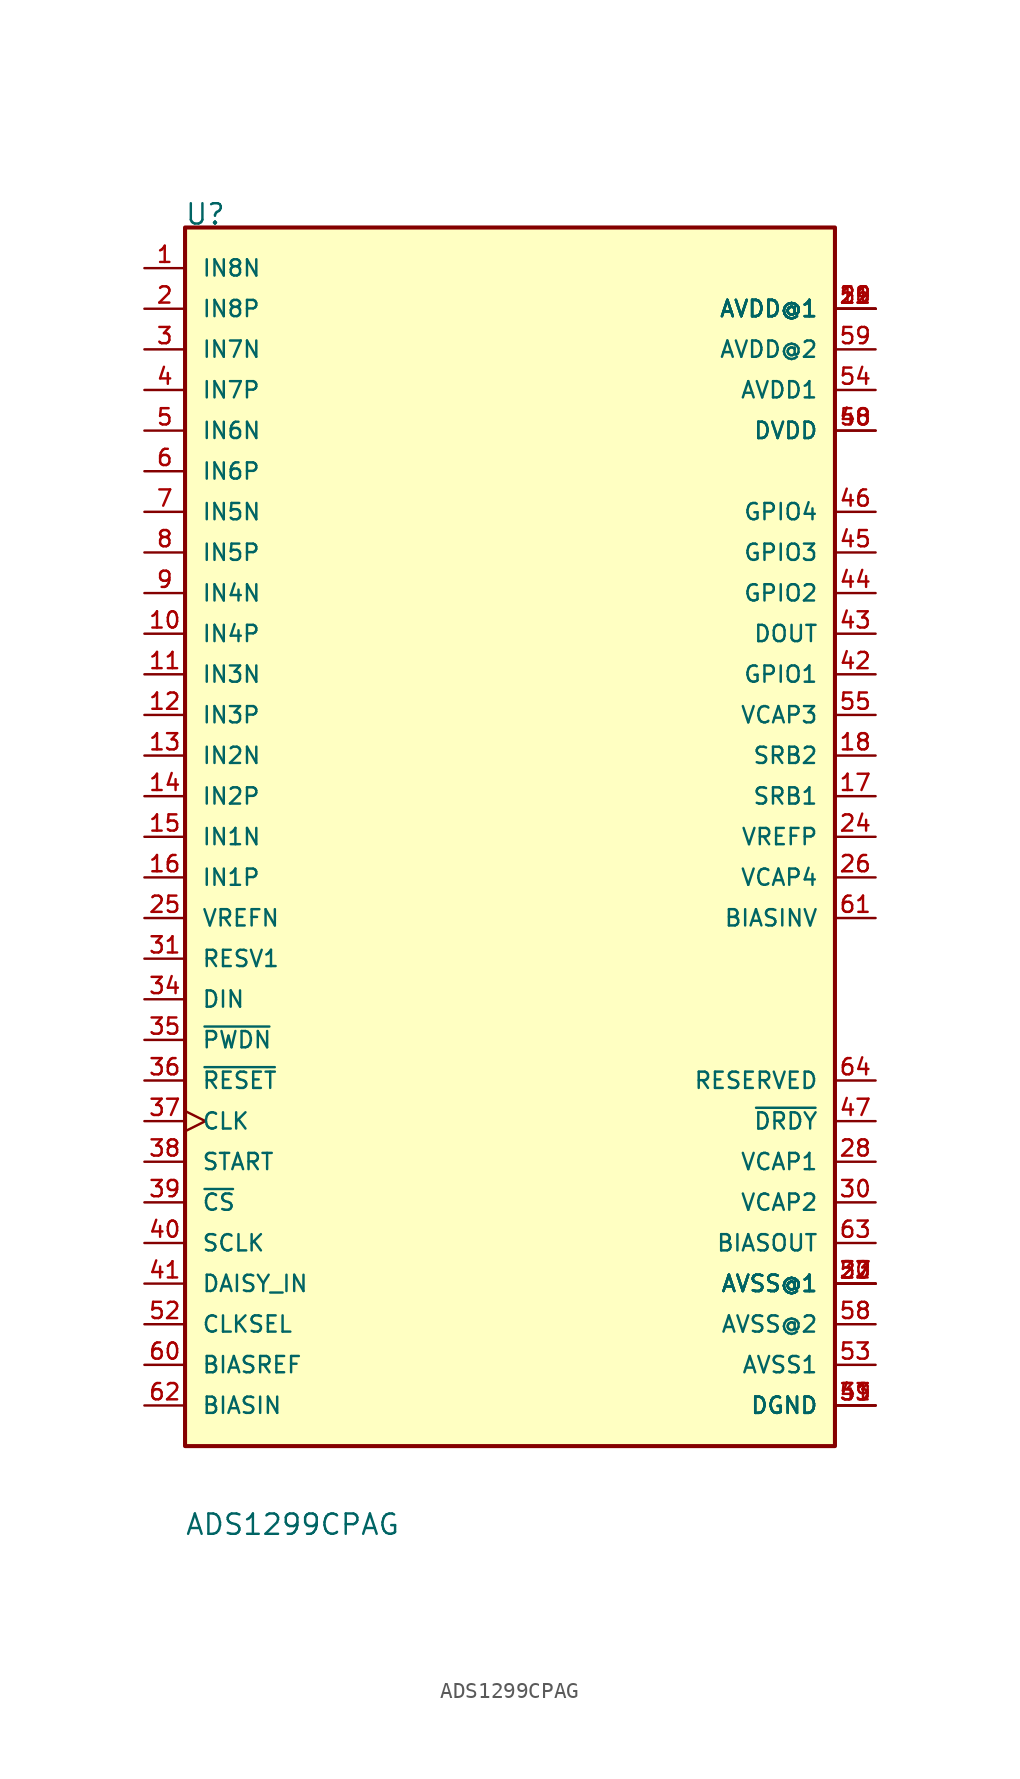
<source format=kicad_sym>
(kicad_symbol_lib
  (version 20211014)
  (generator kicad_symbol_editor)
  (symbol "ADS1299CPAG"
    (pin_names
      (offset 1.016))
    (property "Reference" "U"
      (at -20.362 40.725 0)
      (effects (font (size 1.27 1.27)) (justify bottom left)))
    (property "Value" "ADS1299CPAG"
      (at -20.35 -41.208 0)
      (effects (font (size 1.27 1.27)) (justify bottom left)))
    (symbol "ADS1299CPAG_0_0"
      (rectangle (start -20.32 -35.56) (end 20.32 40.64) (stroke (width 0.254)) (fill (type background)))
      (pin input line (at -22.86 38.1 0) (length 2.54) (name "IN8N" (effects (font (size 1.016 1.016)))) (number "1" (effects (font (size 1.016 1.016)))))
      (pin input line (at -22.86 35.56 0) (length 2.54) (name "IN8P" (effects (font (size 1.016 1.016)))) (number "2" (effects (font (size 1.016 1.016)))))
      (pin input line (at -22.86 33.02 0) (length 2.54) (name "IN7N" (effects (font (size 1.016 1.016)))) (number "3" (effects (font (size 1.016 1.016)))))
      (pin input line (at -22.86 30.48 0) (length 2.54) (name "IN7P" (effects (font (size 1.016 1.016)))) (number "4" (effects (font (size 1.016 1.016)))))
      (pin input line (at -22.86 27.94 0) (length 2.54) (name "IN6N" (effects (font (size 1.016 1.016)))) (number "5" (effects (font (size 1.016 1.016)))))
      (pin input line (at -22.86 25.4 0) (length 2.54) (name "IN6P" (effects (font (size 1.016 1.016)))) (number "6" (effects (font (size 1.016 1.016)))))
      (pin input line (at -22.86 22.86 0) (length 2.54) (name "IN5N" (effects (font (size 1.016 1.016)))) (number "7" (effects (font (size 1.016 1.016)))))
      (pin input line (at -22.86 20.32 0) (length 2.54) (name "IN5P" (effects (font (size 1.016 1.016)))) (number "8" (effects (font (size 1.016 1.016)))))
      (pin input line (at -22.86 17.78 0) (length 2.54) (name "IN4N" (effects (font (size 1.016 1.016)))) (number "9" (effects (font (size 1.016 1.016)))))
      (pin input line (at -22.86 15.24 0) (length 2.54) (name "IN4P" (effects (font (size 1.016 1.016)))) (number "10" (effects (font (size 1.016 1.016)))))
      (pin input line (at -22.86 12.7 0) (length 2.54) (name "IN3N" (effects (font (size 1.016 1.016)))) (number "11" (effects (font (size 1.016 1.016)))))
      (pin input line (at -22.86 10.16 0) (length 2.54) (name "IN3P" (effects (font (size 1.016 1.016)))) (number "12" (effects (font (size 1.016 1.016)))))
      (pin input line (at -22.86 7.62 0) (length 2.54) (name "IN2N" (effects (font (size 1.016 1.016)))) (number "13" (effects (font (size 1.016 1.016)))))
      (pin input line (at -22.86 5.08 0) (length 2.54) (name "IN2P" (effects (font (size 1.016 1.016)))) (number "14" (effects (font (size 1.016 1.016)))))
      (pin input line (at -22.86 2.54 0) (length 2.54) (name "IN1N" (effects (font (size 1.016 1.016)))) (number "15" (effects (font (size 1.016 1.016)))))
      (pin input line (at -22.86 0.0 0) (length 2.54) (name "IN1P" (effects (font (size 1.016 1.016)))) (number "16" (effects (font (size 1.016 1.016)))))
      (pin bidirectional line (at 22.86 5.08 180.0) (length 2.54) (name "SRB1" (effects (font (size 1.016 1.016)))) (number "17" (effects (font (size 1.016 1.016)))))
      (pin bidirectional line (at 22.86 7.62 180.0) (length 2.54) (name "SRB2" (effects (font (size 1.016 1.016)))) (number "18" (effects (font (size 1.016 1.016)))))
      (pin power_in line (at 22.86 35.56 180.0) (length 2.54) (name "AVDD@1" (effects (font (size 1.016 1.016)))) (number "19" (effects (font (size 1.016 1.016)))))
      (pin power_in line (at 22.86 35.56 180.0) (length 2.54) (name "AVDD@1" (effects (font (size 1.016 1.016)))) (number "21" (effects (font (size 1.016 1.016)))))
      (pin power_in line (at 22.86 35.56 180.0) (length 2.54) (name "AVDD@1" (effects (font (size 1.016 1.016)))) (number "22" (effects (font (size 1.016 1.016)))))
      (pin power_in line (at 22.86 35.56 180.0) (length 2.54) (name "AVDD@1" (effects (font (size 1.016 1.016)))) (number "56" (effects (font (size 1.016 1.016)))))
      (pin power_in line (at 22.86 -25.4 180.0) (length 2.54) (name "AVSS@1" (effects (font (size 1.016 1.016)))) (number "20" (effects (font (size 1.016 1.016)))))
      (pin power_in line (at 22.86 -25.4 180.0) (length 2.54) (name "AVSS@1" (effects (font (size 1.016 1.016)))) (number "23" (effects (font (size 1.016 1.016)))))
      (pin power_in line (at 22.86 -25.4 180.0) (length 2.54) (name "AVSS@1" (effects (font (size 1.016 1.016)))) (number "32" (effects (font (size 1.016 1.016)))))
      (pin power_in line (at 22.86 -25.4 180.0) (length 2.54) (name "AVSS@1" (effects (font (size 1.016 1.016)))) (number "57" (effects (font (size 1.016 1.016)))))
      (pin bidirectional line (at 22.86 2.54 180.0) (length 2.54) (name "VREFP" (effects (font (size 1.016 1.016)))) (number "24" (effects (font (size 1.016 1.016)))))
      (pin input line (at -22.86 -2.54 0) (length 2.54) (name "VREFN" (effects (font (size 1.016 1.016)))) (number "25" (effects (font (size 1.016 1.016)))))
      (pin bidirectional line (at 22.86 0.0 180.0) (length 2.54) (name "VCAP4" (effects (font (size 1.016 1.016)))) (number "26" (effects (font (size 1.016 1.016)))))
      (pin output line (at 22.86 -17.78 180.0) (length 2.54) (name "VCAP1" (effects (font (size 1.016 1.016)))) (number "28" (effects (font (size 1.016 1.016)))))
      (pin output line (at 22.86 -20.32 180.0) (length 2.54) (name "VCAP2" (effects (font (size 1.016 1.016)))) (number "30" (effects (font (size 1.016 1.016)))))
      (pin input line (at -22.86 -5.08 0) (length 2.54) (name "RESV1" (effects (font (size 1.016 1.016)))) (number "31" (effects (font (size 1.016 1.016)))))
      (pin power_in line (at 22.86 -33.02 180.0) (length 2.54) (name "DGND" (effects (font (size 1.016 1.016)))) (number "33" (effects (font (size 1.016 1.016)))))
      (pin power_in line (at 22.86 -33.02 180.0) (length 2.54) (name "DGND" (effects (font (size 1.016 1.016)))) (number "49" (effects (font (size 1.016 1.016)))))
      (pin power_in line (at 22.86 -33.02 180.0) (length 2.54) (name "DGND" (effects (font (size 1.016 1.016)))) (number "51" (effects (font (size 1.016 1.016)))))
      (pin input line (at -22.86 -7.62 0) (length 2.54) (name "DIN" (effects (font (size 1.016 1.016)))) (number "34" (effects (font (size 1.016 1.016)))))
      (pin input line (at -22.86 -10.16 0) (length 2.54) (name "~{PWDN}" (effects (font (size 1.016 1.016)))) (number "35" (effects (font (size 1.016 1.016)))))
      (pin input line (at -22.86 -12.7 0) (length 2.54) (name "~{RESET}" (effects (font (size 1.016 1.016)))) (number "36" (effects (font (size 1.016 1.016)))))
      (pin input clock (at -22.86 -15.24 0) (length 2.54) (name "CLK" (effects (font (size 1.016 1.016)))) (number "37" (effects (font (size 1.016 1.016)))))
      (pin input line (at -22.86 -17.78 0) (length 2.54) (name "START" (effects (font (size 1.016 1.016)))) (number "38" (effects (font (size 1.016 1.016)))))
      (pin input line (at -22.86 -20.32 0) (length 2.54) (name "~{CS}" (effects (font (size 1.016 1.016)))) (number "39" (effects (font (size 1.016 1.016)))))
      (pin input line (at -22.86 -22.86 0) (length 2.54) (name "SCLK" (effects (font (size 1.016 1.016)))) (number "40" (effects (font (size 1.016 1.016)))))
      (pin input line (at -22.86 -25.4 0) (length 2.54) (name "DAISY_IN" (effects (font (size 1.016 1.016)))) (number "41" (effects (font (size 1.016 1.016)))))
      (pin bidirectional line (at 22.86 12.7 180.0) (length 2.54) (name "GPIO1" (effects (font (size 1.016 1.016)))) (number "42" (effects (font (size 1.016 1.016)))))
      (pin bidirectional line (at 22.86 15.24 180.0) (length 2.54) (name "DOUT" (effects (font (size 1.016 1.016)))) (number "43" (effects (font (size 1.016 1.016)))))
      (pin bidirectional line (at 22.86 17.78 180.0) (length 2.54) (name "GPIO2" (effects (font (size 1.016 1.016)))) (number "44" (effects (font (size 1.016 1.016)))))
      (pin bidirectional line (at 22.86 20.32 180.0) (length 2.54) (name "GPIO3" (effects (font (size 1.016 1.016)))) (number "45" (effects (font (size 1.016 1.016)))))
      (pin bidirectional line (at 22.86 22.86 180.0) (length 2.54) (name "GPIO4" (effects (font (size 1.016 1.016)))) (number "46" (effects (font (size 1.016 1.016)))))
      (pin output line (at 22.86 -15.24 180.0) (length 2.54) (name "~{DRDY}" (effects (font (size 1.016 1.016)))) (number "47" (effects (font (size 1.016 1.016)))))
      (pin power_in line (at 22.86 27.94 180.0) (length 2.54) (name "DVDD" (effects (font (size 1.016 1.016)))) (number "48" (effects (font (size 1.016 1.016)))))
      (pin power_in line (at 22.86 27.94 180.0) (length 2.54) (name "DVDD" (effects (font (size 1.016 1.016)))) (number "50" (effects (font (size 1.016 1.016)))))
      (pin input line (at -22.86 -27.94 0) (length 2.54) (name "CLKSEL" (effects (font (size 1.016 1.016)))) (number "52" (effects (font (size 1.016 1.016)))))
      (pin bidirectional line (at 22.86 10.16 180.0) (length 2.54) (name "VCAP3" (effects (font (size 1.016 1.016)))) (number "55" (effects (font (size 1.016 1.016)))))
      (pin input line (at -22.86 -30.48 0) (length 2.54) (name "BIASREF" (effects (font (size 1.016 1.016)))) (number "60" (effects (font (size 1.016 1.016)))))
      (pin bidirectional line (at 22.86 -2.54 180.0) (length 2.54) (name "BIASINV" (effects (font (size 1.016 1.016)))) (number "61" (effects (font (size 1.016 1.016)))))
      (pin input line (at -22.86 -33.02 0) (length 2.54) (name "BIASIN" (effects (font (size 1.016 1.016)))) (number "62" (effects (font (size 1.016 1.016)))))
      (pin output line (at 22.86 -22.86 180.0) (length 2.54) (name "BIASOUT" (effects (font (size 1.016 1.016)))) (number "63" (effects (font (size 1.016 1.016)))))
      (pin output line (at 22.86 -12.7 180.0) (length 2.54) (name "RESERVED" (effects (font (size 1.016 1.016)))) (number "64" (effects (font (size 1.016 1.016)))))
      (pin power_in line (at 22.86 33.02 180.0) (length 2.54) (name "AVDD@2" (effects (font (size 1.016 1.016)))) (number "59" (effects (font (size 1.016 1.016)))))
      (pin power_in line (at 22.86 30.48 180.0) (length 2.54) (name "AVDD1" (effects (font (size 1.016 1.016)))) (number "54" (effects (font (size 1.016 1.016)))))
      (pin power_in line (at 22.86 -27.94 180.0) (length 2.54) (name "AVSS@2" (effects (font (size 1.016 1.016)))) (number "58" (effects (font (size 1.016 1.016)))))
      (pin power_in line (at 22.86 -30.48 180.0) (length 2.54) (name "AVSS1" (effects (font (size 1.016 1.016)))) (number "53" (effects (font (size 1.016 1.016))))))))
</source>
